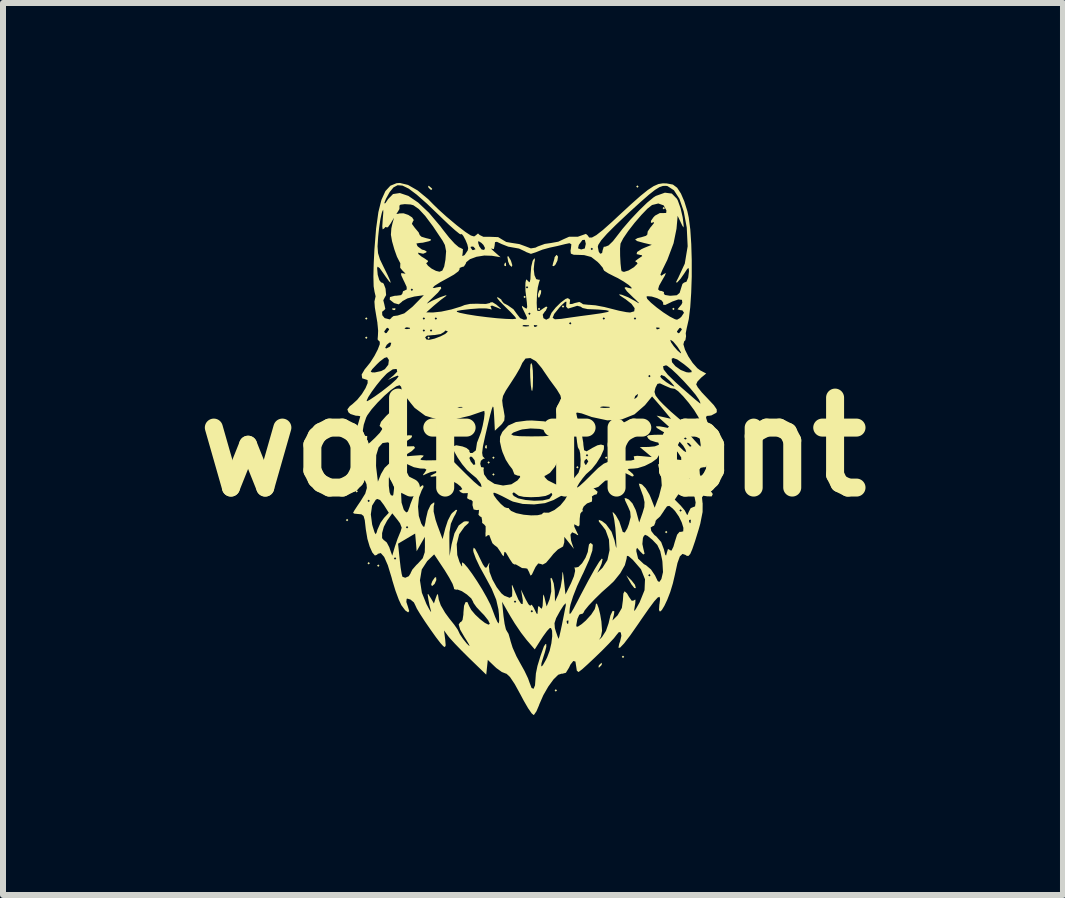
<source format=kicad_pcb>
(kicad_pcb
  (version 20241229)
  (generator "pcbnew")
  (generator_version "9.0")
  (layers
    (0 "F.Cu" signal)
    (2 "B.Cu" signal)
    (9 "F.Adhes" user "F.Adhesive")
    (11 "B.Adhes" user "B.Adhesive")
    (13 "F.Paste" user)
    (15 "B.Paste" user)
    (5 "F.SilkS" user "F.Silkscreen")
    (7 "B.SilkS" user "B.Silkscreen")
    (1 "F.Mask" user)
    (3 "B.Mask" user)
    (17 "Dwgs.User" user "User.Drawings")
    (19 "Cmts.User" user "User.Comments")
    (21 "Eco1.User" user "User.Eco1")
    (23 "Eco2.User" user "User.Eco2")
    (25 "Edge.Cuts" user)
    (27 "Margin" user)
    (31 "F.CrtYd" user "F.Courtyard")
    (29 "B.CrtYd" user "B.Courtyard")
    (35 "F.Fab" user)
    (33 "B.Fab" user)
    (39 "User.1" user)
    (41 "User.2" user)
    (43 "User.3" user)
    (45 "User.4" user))
  (footprint "wolf front"
    (layer "F.Cu")
    (at 5.836 4.4)
    (property "Reference" "wolf front" (at 0 0 0) (layer "F.SilkS") (effects (font (size 1.5 1.5) (thickness 0.3))))
    (attr board_only exclude_from_pos_files exclude_from_bom)
    (fp_poly (pts (xy -3.08 1.22) (xy -3.1 1.24) (xy -3.12 1.22) (xy -3.1 1.2)) (stroke (width 0) (type solid)) (fill yes) (layer "F.SilkS"))
    (fp_poly (pts (xy -2.92 0.74) (xy -2.94 0.76) (xy -2.96 0.74) (xy -2.94 0.72)) (stroke (width 0) (type solid)) (fill yes) (layer "F.SilkS"))
    (fp_poly (pts (xy -2.76 -2.14) (xy -2.78 -2.12) (xy -2.8 -2.14) (xy -2.78 -2.16)) (stroke (width 0) (type solid)) (fill yes) (layer "F.SilkS"))
    (fp_poly (pts (xy -2.76 -1.82) (xy -2.78 -1.8) (xy -2.8 -1.82) (xy -2.78 -1.84)) (stroke (width 0) (type solid)) (fill yes) (layer "F.SilkS"))
    (fp_poly (pts (xy -2.72 1.94) (xy -2.74 1.96) (xy -2.76 1.94) (xy -2.74 1.92)) (stroke (width 0) (type solid)) (fill yes) (layer "F.SilkS"))
    (fp_poly (pts (xy -2.56 1.98) (xy -2.58 2) (xy -2.6 1.98) (xy -2.58 1.96)) (stroke (width 0) (type solid)) (fill yes) (layer "F.SilkS"))
    (fp_poly (pts (xy -1.72 -1.82) (xy -1.74 -1.8) (xy -1.76 -1.82) (xy -1.74 -1.84)) (stroke (width 0) (type solid)) (fill yes) (layer "F.SilkS"))
    (fp_poly (pts (xy -0.72 0.26) (xy -0.74 0.28) (xy -0.76 0.26) (xy -0.74 0.24)) (stroke (width 0) (type solid)) (fill yes) (layer "F.SilkS"))
    (fp_poly (pts (xy -0.64 0.18) (xy -0.66 0.2) (xy -0.68 0.18) (xy -0.66 0.16)) (stroke (width 0) (type solid)) (fill yes) (layer "F.SilkS"))
    (fp_poly (pts (xy -0.64 0.46) (xy -0.66 0.48) (xy -0.68 0.46) (xy -0.66 0.44)) (stroke (width 0) (type solid)) (fill yes) (layer "F.SilkS"))
    (fp_poly (pts (xy -0.12 -2.5) (xy -0.14 -2.48) (xy -0.16 -2.5) (xy -0.14 -2.52)) (stroke (width 0) (type solid)) (fill yes) (layer "F.SilkS"))
    (fp_poly (pts (xy 0.12 -2.3) (xy 0.1 -2.28) (xy 0.08 -2.3) (xy 0.1 -2.32)) (stroke (width 0) (type solid)) (fill yes) (layer "F.SilkS"))
    (fp_poly (pts (xy 0.4 4.06) (xy 0.38 4.08) (xy 0.36 4.06) (xy 0.38 4.04)) (stroke (width 0) (type solid)) (fill yes) (layer "F.SilkS"))
    (fp_poly (pts (xy 0.52 -2.34) (xy 0.5 -2.32) (xy 0.48 -2.34) (xy 0.5 -2.36)) (stroke (width 0) (type solid)) (fill yes) (layer "F.SilkS"))
    (fp_poly (pts (xy 0.68 0.14) (xy 0.66 0.16) (xy 0.64 0.14) (xy 0.66 0.12)) (stroke (width 0) (type solid)) (fill yes) (layer "F.SilkS"))
    (fp_poly (pts (xy 0.68 0.26) (xy 0.66 0.28) (xy 0.64 0.26) (xy 0.66 0.24)) (stroke (width 0) (type solid)) (fill yes) (layer "F.SilkS"))
    (fp_poly (pts (xy 0.68 0.42) (xy 0.66 0.44) (xy 0.64 0.42) (xy 0.66 0.4)) (stroke (width 0) (type solid)) (fill yes) (layer "F.SilkS"))
    (fp_poly (pts (xy 0.76 0.34) (xy 0.74 0.36) (xy 0.72 0.34) (xy 0.74 0.32)) (stroke (width 0) (type solid)) (fill yes) (layer "F.SilkS"))
    (fp_poly (pts (xy 1.24 0.18) (xy 1.22 0.2) (xy 1.2 0.18) (xy 1.22 0.16)) (stroke (width 0) (type solid)) (fill yes) (layer "F.SilkS"))
    (fp_poly (pts (xy 1.52 0.5) (xy 1.5 0.52) (xy 1.48 0.5) (xy 1.5 0.48)) (stroke (width 0) (type solid)) (fill yes) (layer "F.SilkS"))
    (fp_poly (pts (xy 1.52 3.5) (xy 1.5 3.52) (xy 1.48 3.5) (xy 1.5 3.48)) (stroke (width 0) (type solid)) (fill yes) (layer "F.SilkS"))
    (fp_poly (pts (xy 1.76 -4.34) (xy 1.74 -4.32) (xy 1.72 -4.34) (xy 1.74 -4.36)) (stroke (width 0) (type solid)) (fill yes) (layer "F.SilkS"))
    (fp_poly (pts (xy 2.2 -3.98) (xy 2.18 -3.96) (xy 2.16 -3.98) (xy 2.18 -4)) (stroke (width 0) (type solid)) (fill yes) (layer "F.SilkS"))
    (fp_poly (pts (xy 2.24 1.42) (xy 2.22 1.44) (xy 2.2 1.42) (xy 2.22 1.4)) (stroke (width 0) (type solid)) (fill yes) (layer "F.SilkS"))
    (fp_poly (pts (xy 2.36 -2.3) (xy 2.34 -2.28) (xy 2.32 -2.3) (xy 2.34 -2.32)) (stroke (width 0) (type solid)) (fill yes) (layer "F.SilkS"))
    (fp_poly (pts (xy -2.293 -2.307) (xy -2.299 -2.283) (xy -2.32 -2.28) (xy -2.353 -2.295) (xy -2.347 -2.307) (xy -2.299 -2.311)) (stroke (width 0) (type solid)) (fill yes) (layer "F.SilkS"))
    (fp_poly (pts (xy -0.773 -0.027) (xy -0.769 0.021) (xy -0.773 0.027) (xy -0.797 0.021) (xy -0.8 0) (xy -0.785 -0.033)) (stroke (width 0) (type solid)) (fill yes) (layer "F.SilkS"))
    (fp_poly (pts (xy -0.453 -3.067) (xy -0.449 -3.019) (xy -0.453 -3.013) (xy -0.477 -3.019) (xy -0.48 -3.04) (xy -0.465 -3.073)) (stroke (width 0) (type solid)) (fill yes) (layer "F.SilkS"))
    (fp_poly (pts (xy 2.987 0.493) (xy 2.991 0.541) (xy 2.987 0.547) (xy 2.963 0.541) (xy 2.96 0.52) (xy 2.975 0.487)) (stroke (width 0) (type solid)) (fill yes) (layer "F.SilkS"))
    (fp_poly (pts (xy -1.726 -4.344) (xy -1.684 -4.307) (xy -1.68 -4.298) (xy -1.699 -4.281) (xy -1.739 -4.318) (xy -1.744 -4.326) (xy -1.749 -4.354)) (stroke (width 0) (type solid)) (fill yes) (layer "F.SilkS"))
    (fp_poly (pts (xy 0.137 -2.605) (xy 0.132 -2.56) (xy 0.105 -2.491) (xy 0.085 -2.492) (xy 0.08 -2.538) (xy 0.102 -2.604) (xy 0.116 -2.618)) (stroke (width 0) (type solid)) (fill yes) (layer "F.SilkS"))
    (fp_poly (pts (xy 1.423 -0.269) (xy 1.463 -0.231) (xy 1.511 -0.172) (xy 1.516 -0.143) (xy 1.484 -0.158) (xy 1.444 -0.212) (xy 1.41 -0.272)) (stroke (width 0) (type solid)) (fill yes) (layer "F.SilkS"))
    (fp_poly (pts (xy -1.612 2.22) (xy -1.641 2.285) (xy -1.683 2.32) (xy -1.686 2.32) (xy -1.698 2.291) (xy -1.678 2.237) (xy -1.638 2.179) (xy -1.616 2.171)) (stroke (width 0) (type solid)) (fill yes) (layer "F.SilkS"))
    (fp_poly (pts (xy -0.374 -3.115) (xy -0.367 -3.1) (xy -0.345 -3.028) (xy -0.356 -3) (xy -0.392 -3.034) (xy -0.414 -3.088) (xy -0.428 -3.171) (xy -0.413 -3.18)) (stroke (width 0) (type solid)) (fill yes) (layer "F.SilkS"))
    (fp_poly (pts (xy 1.147 3.626) (xy 1.14 3.64) (xy 1.102 3.678) (xy 1.095 3.68) (xy 1.093 3.654) (xy 1.1 3.64) (xy 1.138 3.602) (xy 1.145 3.6)) (stroke (width 0) (type solid)) (fill yes) (layer "F.SilkS"))
    (fp_poly (pts (xy 1.307 0.026) (xy 1.3 0.04) (xy 1.262 0.078) (xy 1.255 0.08) (xy 1.253 0.054) (xy 1.26 0.04) (xy 1.298 0.002) (xy 1.305 0)) (stroke (width 0) (type solid)) (fill yes) (layer "F.SilkS"))
    (fp_poly (pts (xy 1.427 0.026) (xy 1.42 0.04) (xy 1.382 0.078) (xy 1.375 0.08) (xy 1.373 0.054) (xy 1.38 0.04) (xy 1.418 0.002) (xy 1.425 0)) (stroke (width 0) (type solid)) (fill yes) (layer "F.SilkS"))
    (fp_poly (pts (xy 1.642 2.226) (xy 1.699 2.299) (xy 1.715 2.355) (xy 1.715 2.355) (xy 1.689 2.353) (xy 1.642 2.294) (xy 1.627 2.269) (xy 1.554 2.14)) (stroke (width 0) (type solid)) (fill yes) (layer "F.SilkS"))
    (fp_poly (pts (xy -1.463 -0.205) (xy -1.468 -0.16) (xy -1.464 -0.066) (xy -1.44 -0.02) (xy -1.406 0.032) (xy -1.426 0.032) (xy -1.472 -0.008) (xy -1.513 -0.085) (xy -1.514 -0.171) (xy -1.484 -0.218)) (stroke (width 0) (type solid)) (fill yes) (layer "F.SilkS"))
    (fp_poly (pts (xy 0.417 -3.171) (xy 0.407 -3.106) (xy 0.375 -3.04) (xy 0.348 -3.013) (xy 0.324 -3.017) (xy 0.333 -3.057) (xy 0.356 -3.135) (xy 0.36 -3.163) (xy 0.39 -3.199) (xy 0.396 -3.2)) (stroke (width 0) (type solid)) (fill yes) (layer "F.SilkS"))
    (fp_poly (pts (xy -0.014 -1.364) (xy -0.003 -1.269) (xy 0 -1.16) (xy -0.003 -1.007) (xy -0.012 -0.935) (xy -0.024 -0.941) (xy -0.037 -1.028) (xy -0.046 -1.16) (xy -0.049 -1.286) (xy -0.042 -1.373) (xy -0.03 -1.4)) (stroke (width 0) (type solid)) (fill yes) (layer "F.SilkS"))
    (fp_poly (pts (xy -2.084 -4.367) (xy -1.922 -4.274) (xy -1.747 -4.129) (xy -1.66 -4.04) (xy -1.571 -3.954) (xy -1.444 -3.839) (xy -1.301 -3.719) (xy -1.266 -3.69) (xy -1.127 -3.583) (xy -1.036 -3.524) (xy -0.982 -3.508) (xy -0.956 -3.525) (xy -0.917 -3.558) (xy -0.889 -3.532) (xy -0.827 -3.502) (xy -0.715 -3.502) (xy -0.714 -3.502) (xy -0.581 -3.497) (xy -0.52 -3.46) (xy -0.446 -3.416) (xy -0.353 -3.4) (xy -0.228 -3.381) (xy -0.127 -3.344) (xy -0.036 -3.309) (xy 0.042 -3.322) (xy 0.081 -3.342) (xy 0.197 -3.384) (xy 0.301 -3.399) (xy 0.422 -3.421) (xy 0.513 -3.464) (xy 0.601 -3.503) (xy 0.665 -3.504) (xy 0.746 -3.503) (xy 0.811 -3.526) (xy 0.882 -3.551) (xy 0.911 -3.526) (xy 0.936 -3.49) (xy 0.982 -3.49) (xy 1.055 -3.53) (xy 1.164 -3.615) (xy 1.317 -3.751) (xy 1.424 -3.851) (xy 1.631 -4.042) (xy 1.791 -4.184) (xy 1.914 -4.283) (xy 2.011 -4.347) (xy 2.091 -4.382) (xy 2.165 -4.394) (xy 2.229 -4.392) (xy 2.332 -4.373) (xy 2.403 -4.32) (xy 2.466 -4.223) (xy 2.522 -4.093) (xy 2.573 -3.929) (xy 2.596 -3.823) (xy 2.622 -3.624) (xy 2.638 -3.381) (xy 2.646 -3.113) (xy 2.646 -2.837) (xy 2.637 -2.57) (xy 2.621 -2.329) (xy 2.597 -2.131) (xy 2.566 -1.995) (xy 2.564 -1.987) (xy 2.546 -1.895) (xy 2.551 -1.845) (xy 2.54 -1.779) (xy 2.52 -1.76) (xy 2.507 -1.71) (xy 2.534 -1.619) (xy 2.589 -1.509) (xy 2.661 -1.4) (xy 2.739 -1.312) (xy 2.787 -1.276) (xy 2.887 -1.223) (xy 2.804 -1.155) (xy 2.741 -1.089) (xy 2.72 -1.042) (xy 2.747 -0.992) (xy 2.816 -0.906) (xy 2.912 -0.805) (xy 3.014 -0.696) (xy 3.062 -0.626) (xy 3.064 -0.581) (xy 3.053 -0.567) (xy 2.974 -0.525) (xy 2.942 -0.52) (xy 2.895 -0.516) (xy 2.884 -0.488) (xy 2.907 -0.415) (xy 2.923 -0.373) (xy 2.952 -0.254) (xy 2.963 -0.111) (xy 2.959 0.037) (xy 2.942 0.174) (xy 2.913 0.28) (xy 2.875 0.339) (xy 2.84 0.34) (xy 2.794 0.349) (xy 2.775 0.378) (xy 2.781 0.456) (xy 2.832 0.564) (xy 2.915 0.678) (xy 2.947 0.713) (xy 2.997 0.786) (xy 2.979 0.826) (xy 2.902 0.824) (xy 2.839 0.814) (xy 2.817 0.842) (xy 2.825 0.926) (xy 2.828 0.941) (xy 2.827 1.085) (xy 2.788 1.282) (xy 2.763 1.371) (xy 2.701 1.572) (xy 2.655 1.706) (xy 2.621 1.785) (xy 2.591 1.818) (xy 2.562 1.816) (xy 2.542 1.801) (xy 2.492 1.784) (xy 2.448 1.826) (xy 2.408 1.936) (xy 2.368 2.118) (xy 2.365 2.132) (xy 2.331 2.277) (xy 2.288 2.419) (xy 2.239 2.546) (xy 2.19 2.65) (xy 2.147 2.721) (xy 2.116 2.747) (xy 2.1 2.72) (xy 2.106 2.629) (xy 2.109 2.615) (xy 2.118 2.535) (xy 2.109 2.499) (xy 2.079 2.511) (xy 2.021 2.575) (xy 1.931 2.696) (xy 1.804 2.878) (xy 1.762 2.94) (xy 1.621 3.142) (xy 1.517 3.278) (xy 1.451 3.347) (xy 1.424 3.349) (xy 1.437 3.282) (xy 1.452 3.242) (xy 1.473 3.15) (xy 1.463 3.093) (xy 1.432 3.087) (xy 1.393 3.133) (xy 1.349 3.19) (xy 1.263 3.282) (xy 1.152 3.395) (xy 1.03 3.513) (xy 0.914 3.622) (xy 0.82 3.707) (xy 0.762 3.751) (xy 0.757 3.753) (xy 0.73 3.73) (xy 0.72 3.663) (xy 0.707 3.579) (xy 0.672 3.569) (xy 0.624 3.63) (xy 0.6 3.681) (xy 0.548 3.766) (xy 0.488 3.782) (xy 0.48 3.78) (xy 0.42 3.799) (xy 0.341 3.877) (xy 0.255 3.995) (xy 0.172 4.139) (xy 0.105 4.292) (xy 0.099 4.31) (xy 0.057 4.408) (xy 0.018 4.465) (xy 0.01 4.47) (xy -0.023 4.442) (xy -0.082 4.357) (xy -0.156 4.229) (xy -0.208 4.131) (xy -0.305 3.954) (xy -0.385 3.835) (xy -0.442 3.782) (xy -0.451 3.78) (xy -0.52 3.753) (xy -0.61 3.688) (xy -0.635 3.665) (xy -0.754 3.551) (xy -0.767 3.674) (xy -0.78 3.797) (xy -1.06 3.526) (xy -1.19 3.397) (xy -1.305 3.278) (xy -1.388 3.187) (xy -1.412 3.158) (xy -1.484 3.06) (xy -1.464 3.213) (xy -1.456 3.309) (xy -1.469 3.338) (xy -1.496 3.323) (xy -1.544 3.27) (xy -1.619 3.172) (xy -1.708 3.047) (xy -1.799 2.915) (xy -1.879 2.792) (xy -1.937 2.696) (xy -1.96 2.646) (xy -1.96 2.646) (xy -1.986 2.593) (xy -2.043 2.545) (xy -2.096 2.529) (xy -2.107 2.534) (xy -2.112 2.585) (xy -2.087 2.66) (xy -2.064 2.737) (xy -2.082 2.759) (xy -2.129 2.727) (xy -2.192 2.643) (xy -2.195 2.639) (xy -2.239 2.544) (xy -2.293 2.398) (xy -2.345 2.228) (xy -2.346 2.224) (xy -1.885 2.224) (xy -1.853 2.431) (xy -1.777 2.62) (xy -1.727 2.713) (xy -1.7 2.754) (xy -1.7 2.74) (xy -1.726 2.64) (xy -1.745 2.54) (xy -1.757 2.459) (xy -1.748 2.452) (xy -1.709 2.514) (xy -1.708 2.515) (xy -1.652 2.61) (xy -1.62 2.515) (xy -1.597 2.455) (xy -1.584 2.464) (xy -1.572 2.543) (xy -1.538 2.641) (xy -1.466 2.765) (xy -1.398 2.858) (xy -1.315 2.962) (xy -1.258 3.043) (xy -1.24 3.079) (xy -1.218 3.126) (xy -1.167 3.201) (xy -1.109 3.274) (xy -1.065 3.317) (xy -1.058 3.32) (xy -1.069 3.291) (xy -1.113 3.217) (xy -1.141 3.174) (xy -1.214 3.048) (xy -1.239 2.961) (xy -1.212 2.921) (xy -1.2 2.92) (xy -1.175 2.885) (xy -1.161 2.796) (xy -1.16 2.762) (xy -1.15 2.649) (xy -1.125 2.588) (xy -1.094 2.587) (xy -1.065 2.653) (xy -1.03 2.718) (xy -0.964 2.796) (xy -0.882 2.873) (xy -0.803 2.934) (xy -0.743 2.964) (xy -0.72 2.95) (xy -0.747 2.892) (xy -0.815 2.806) (xy -0.86 2.76) (xy -0.942 2.672) (xy -0.992 2.602) (xy -1 2.58) (xy -1.03 2.526) (xy -1.102 2.461) (xy -1.187 2.405) (xy -1.259 2.378) (xy -1.281 2.381) (xy -1.315 2.371) (xy -1.32 2.345) (xy -1.341 2.284) (xy -1.397 2.18) (xy -1.475 2.052) (xy -1.484 2.039) (xy -1.648 1.792) (xy -1.764 1.904) (xy -1.855 2.044) (xy -1.885 2.224) (xy -2.346 2.224) (xy -2.357 2.181) (xy -2.421 1.972) (xy -2.47 1.86) (xy -2.32 1.86) (xy -2.3 1.88) (xy -2.28 1.86) (xy -2.3 1.84) (xy -2.32 1.86) (xy -2.47 1.86) (xy -2.482 1.834) (xy -2.538 1.77) (xy -2.588 1.783) (xy -2.599 1.798) (xy -2.636 1.811) (xy -2.679 1.761) (xy -2.723 1.662) (xy -2.762 1.53) (xy -2.763 1.521) (xy -2.516 1.521) (xy -2.484 1.559) (xy -2.478 1.56) (xy -2.438 1.594) (xy -2.395 1.676) (xy -2.392 1.687) (xy -2.347 1.814) (xy -2.301 1.657) (xy -2.286 1.614) (xy -2.25 1.614) (xy -2.223 1.874) (xy -2.207 2.012) (xy -2.19 2.117) (xy -2.177 2.165) (xy -2.13 2.182) (xy -2.071 2.156) (xy -2.04 2.106) (xy -2.04 2.102) (xy -2.012 2.046) (xy -1.944 1.968) (xy -1.92 1.946) (xy -1.838 1.856) (xy -1.805 1.756) (xy -1.802 1.67) (xy -1.803 1.5) (xy -1.872 1.62) (xy -1.94 1.74) (xy -1.952 1.593) (xy -1.965 1.445) (xy -2.107 1.529) (xy -2.25 1.614) (xy -2.286 1.614) (xy -2.259 1.534) (xy -2.217 1.431) (xy -2.21 1.417) (xy -2.189 1.347) (xy -2.192 1.34) (xy -2.12 1.34) (xy -2.1 1.36) (xy -2.08 1.34) (xy -2.1 1.32) (xy -2.12 1.34) (xy -2.192 1.34) (xy -2.217 1.274) (xy -2.256 1.221) (xy -2.346 1.108) (xy -2.433 1.23) (xy -2.487 1.332) (xy -2.516 1.437) (xy -2.516 1.521) (xy -2.763 1.521) (xy -2.787 1.379) (xy -2.79 1.354) (xy -2.805 1.222) (xy -2.825 1.152) (xy -2.86 1.125) (xy -2.704 1.125) (xy -2.682 1.294) (xy -2.674 1.323) (xy -2.642 1.425) (xy -2.623 1.457) (xy -2.607 1.427) (xy -2.594 1.381) (xy -2.542 1.265) (xy -2.484 1.184) (xy -2.404 1.099) (xy -2.487 0.968) (xy -2.549 0.886) (xy -2.597 0.868) (xy -2.622 0.882) (xy -2.683 0.98) (xy -2.704 1.125) (xy -2.86 1.125) (xy -2.861 1.124) (xy -2.906 1.12) (xy -2.978 1.113) (xy -3 1.101) (xy -2.979 1.061) (xy -2.924 0.977) (xy -2.875 0.905) (xy -2.872 0.9) (xy -2.76 0.9) (xy -2.74 0.92) (xy -2.72 0.9) (xy -2.74 0.88) (xy -2.76 0.9) (xy -2.872 0.9) (xy -2.797 0.779) (xy -2.77 0.685) (xy -2.776 0.622) (xy -2.806 0.553) (xy -2.839 0.54) (xy -2.872 0.52) (xy -2.907 0.431) (xy -2.936 0.314) (xy -2.617 0.314) (xy -2.614 0.349) (xy -2.586 0.58) (xy -2.534 0.452) (xy -2.474 0.35) (xy -2.403 0.282) (xy -2.401 0.28) (xy -2.335 0.262) (xy -2.324 0.293) (xy -2.363 0.347) (xy -2.39 0.414) (xy -2.404 0.526) (xy -2.404 0.651) (xy -2.391 0.757) (xy -2.37 0.806) (xy -2.335 0.813) (xy -2.328 0.791) (xy -2.319 0.713) (xy -2.311 0.64) (xy -2.292 0.58) (xy -2.28 0.58) (xy -2.26 0.6) (xy -2.24 0.58) (xy -2.26 0.56) (xy -2.28 0.58) (xy -2.292 0.58) (xy -2.287 0.565) (xy -2.253 0.54) (xy -2.185 0.517) (xy -2.177 0.51) (xy -2.121 0.477) (xy -2.103 0.502) (xy -2.134 0.553) (xy -2.179 0.649) (xy -2.199 0.786) (xy -2.192 0.928) (xy -2.157 1.041) (xy -2.148 1.056) (xy -2.113 1.093) (xy -2.087 1.078) (xy -2.058 1.001) (xy -2.044 0.954) (xy -1.986 0.806) (xy -1.917 0.696) (xy -1.848 0.642) (xy -1.832 0.64) (xy -1.825 0.667) (xy -1.858 0.729) (xy -1.901 0.842) (xy -1.917 0.995) (xy -1.904 1.152) (xy -1.864 1.276) (xy -1.831 1.329) (xy -1.811 1.33) (xy -1.796 1.267) (xy -1.783 1.189) (xy -1.754 1.067) (xy -1.71 0.974) (xy -1.692 0.954) (xy -1.647 0.923) (xy -1.646 0.955) (xy -1.655 0.986) (xy -1.657 1.077) (xy -1.625 1.215) (xy -1.595 1.304) (xy -1.508 1.537) (xy -1.461 1.353) (xy -1.42 1.228) (xy -1.369 1.129) (xy -1.35 1.104) (xy -1.284 1.048) (xy -1.264 1.054) (xy -1.292 1.121) (xy -1.32 1.17) (xy -1.37 1.282) (xy -1.393 1.423) (xy -1.395 1.56) (xy -1.391 1.82) (xy -1.358 1.627) (xy -1.31 1.441) (xy -1.239 1.31) (xy -1.152 1.245) (xy -1.117 1.24) (xy -1.069 1.245) (xy -1.075 1.27) (xy -1.14 1.329) (xy -1.142 1.331) (xy -1.231 1.456) (xy -1.272 1.622) (xy -1.263 1.802) (xy -1.225 1.92) (xy -1.189 1.99) (xy -1.18 1.988) (xy -1.185 1.96) (xy -1.183 1.924) (xy -1.149 1.946) (xy -1.09 2.014) (xy -1.015 2.116) (xy -0.932 2.24) (xy -0.848 2.375) (xy -0.772 2.509) (xy -0.71 2.63) (xy -0.677 2.713) (xy -0.631 2.836) (xy -0.593 2.92) (xy -0.571 2.945) (xy -0.571 2.944) (xy -0.564 2.896) (xy -0.568 2.795) (xy -0.577 2.708) (xy -0.606 2.582) (xy -0.516 2.582) (xy -0.492 2.821) (xy -0.474 2.95) (xy -0.452 3.042) (xy -0.435 3.073) (xy -0.408 3.117) (xy -0.381 3.21) (xy -0.376 3.233) (xy -0.34 3.348) (xy -0.276 3.492) (xy -0.217 3.6) (xy -0.142 3.735) (xy -0.083 3.859) (xy -0.058 3.93) (xy -0.024 4.019) (xy 0.009 4.033) (xy 0.033 3.975) (xy 0.04 3.885) (xy 0.048 3.777) (xy 0.074 3.651) (xy 0.124 3.487) (xy 0.182 3.324) (xy 0.21 3.285) (xy 0.221 3.288) (xy 0.221 3.334) (xy 0.197 3.427) (xy 0.18 3.48) (xy 0.141 3.606) (xy 0.136 3.661) (xy 0.162 3.643) (xy 0.215 3.55) (xy 0.235 3.509) (xy 0.277 3.399) (xy 0.306 3.274) (xy 0.32 3.156) (xy 0.318 3.065) (xy 0.299 3.019) (xy 0.278 3.021) (xy 0.234 3.068) (xy 0.168 3.158) (xy 0.133 3.211) (xy 0.029 3.376) (xy -0.107 3.218) (xy -0.201 3.096) (xy -0.306 2.941) (xy -0.307 2.939) (xy 0.358 2.939) (xy 0.364 3.019) (xy 0.377 3.065) (xy 0.407 3.154) (xy 0.426 3.199) (xy 0.427 3.2) (xy 0.438 3.164) (xy 0.459 3.072) (xy 0.476 2.993) (xy 0.721 2.993) (xy 0.746 2.998) (xy 0.811 2.955) (xy 0.88 2.895) (xy 0.97 2.796) (xy 1.029 2.705) (xy 1.041 2.662) (xy 1.05 2.609) (xy 1.069 2.622) (xy 1.094 2.688) (xy 1.12 2.794) (xy 1.14 2.912) (xy 1.151 3.065) (xy 1.133 3.162) (xy 1.114 3.194) (xy 1.101 3.217) (xy 1.135 3.185) (xy 1.15 3.17) (xy 1.216 3.067) (xy 1.261 2.937) (xy 1.265 2.917) (xy 1.291 2.81) (xy 1.323 2.741) (xy 1.332 2.733) (xy 1.356 2.742) (xy 1.348 2.801) (xy 1.324 2.894) (xy 1.41 2.808) (xy 1.481 2.685) (xy 1.498 2.561) (xy 1.506 2.445) (xy 1.527 2.407) (xy 1.567 2.443) (xy 1.6 2.501) (xy 1.646 2.566) (xy 1.683 2.56) (xy 1.69 2.551) (xy 1.708 2.547) (xy 1.704 2.613) (xy 1.699 2.64) (xy 1.687 2.717) (xy 1.691 2.737) (xy 1.719 2.695) (xy 1.777 2.592) (xy 1.859 2.389) (xy 1.867 2.208) (xy 1.84 2.14) (xy 1.92 2.14) (xy 1.94 2.16) (xy 1.96 2.14) (xy 1.94 2.12) (xy 1.92 2.14) (xy 1.84 2.14) (xy 1.799 2.039) (xy 1.664 1.883) (xy 1.595 1.823) (xy 1.566 1.816) (xy 1.56 1.86) (xy 1.56 1.863) (xy 1.531 1.972) (xy 1.455 2.106) (xy 1.348 2.239) (xy 1.269 2.314) (xy 1.148 2.421) (xy 1.03 2.536) (xy 0.929 2.643) (xy 0.861 2.726) (xy 0.84 2.767) (xy 0.816 2.788) (xy 0.805 2.783) (xy 0.771 2.799) (xy 0.74 2.868) (xy 0.722 2.965) (xy 0.721 2.993) (xy 0.476 2.993) (xy 0.481 2.97) (xy 0.491 2.92) (xy 0.56 2.92) (xy 0.575 2.953) (xy 0.587 2.947) (xy 0.591 2.899) (xy 0.587 2.893) (xy 0.563 2.899) (xy 0.56 2.92) (xy 0.491 2.92) (xy 0.51 2.825) (xy 0.535 2.698) (xy 0.547 2.64) (xy 0.544 2.606) (xy 0.509 2.644) (xy 0.451 2.735) (xy 0.385 2.855) (xy 0.358 2.939) (xy -0.307 2.939) (xy -0.379 2.821) (xy -0.426 2.74) (xy -0.04 2.74) (xy -0.02 2.76) (xy 0 2.74) (xy -0.02 2.72) (xy -0.04 2.74) (xy -0.426 2.74) (xy -0.516 2.582) (xy -0.606 2.582) (xy -0.606 2.58) (xy -0.32 2.58) (xy -0.3 2.6) (xy -0.28 2.58) (xy -0.3 2.56) (xy -0.32 2.58) (xy -0.606 2.58) (xy -0.614 2.547) (xy -0.689 2.365) (xy -0.802 2.156) (xy -0.888 2) (xy -0.954 1.86) (xy -0.992 1.755) (xy -0.998 1.72) (xy -0.99 1.68) (xy -0.965 1.7) (xy -0.919 1.786) (xy -0.894 1.84) (xy -0.836 1.958) (xy -0.799 2.012) (xy -0.774 2.011) (xy -0.755 1.98) (xy -0.729 1.928) (xy -0.728 1.95) (xy -0.736 1.991) (xy -0.725 2.085) (xy -0.677 2.211) (xy -0.606 2.339) (xy -0.527 2.442) (xy -0.479 2.481) (xy -0.39 2.516) (xy -0.349 2.492) (xy -0.346 2.4) (xy -0.347 2.39) (xy -0.354 2.313) (xy -0.348 2.301) (xy -0.323 2.359) (xy -0.299 2.419) (xy -0.244 2.546) (xy -0.2 2.615) (xy -0.173 2.621) (xy -0.17 2.56) (xy -0.176 2.52) (xy -0.2 2.38) (xy -0.123 2.54) (xy -0.077 2.622) (xy -0.046 2.651) (xy -0.04 2.64) (xy -0.022 2.63) (xy 0.013 2.683) (xy 0.021 2.7) (xy 0.059 2.778) (xy 0.074 2.786) (xy 0.079 2.729) (xy 0.079 2.72) (xy 0.086 2.656) (xy 0.109 2.664) (xy 0.12 2.68) (xy 0.146 2.699) (xy 0.16 2.651) (xy 0.164 2.58) (xy 0.168 2.483) (xy 0.176 2.46) (xy 0.19 2.506) (xy 0.198 2.54) (xy 0.227 2.66) (xy 0.276 2.54) (xy 0.304 2.412) (xy 0.301 2.28) (xy 0.291 2.195) (xy 0.303 2.182) (xy 0.318 2.2) (xy 0.345 2.277) (xy 0.361 2.393) (xy 0.363 2.42) (xy 0.366 2.58) (xy 0.421 2.46) (xy 0.461 2.337) (xy 0.484 2.196) (xy 0.485 2.18) (xy 0.49 2.098) (xy 0.496 2.083) (xy 0.506 2.14) (xy 0.517 2.24) (xy 0.541 2.46) (xy 0.634 2.272) (xy 0.682 2.157) (xy 0.702 2.067) (xy 0.697 2.036) (xy 0.691 2.006) (xy 0.707 2.012) (xy 0.756 2.002) (xy 0.818 1.94) (xy 0.875 1.848) (xy 0.913 1.751) (xy 0.92 1.702) (xy 0.933 1.626) (xy 0.96 1.6) (xy 0.997 1.632) (xy 0.989 1.728) (xy 0.936 1.884) (xy 0.839 2.1) (xy 0.817 2.144) (xy 0.735 2.32) (xy 0.668 2.491) (xy 0.624 2.631) (xy 0.613 2.686) (xy 0.607 2.758) (xy 0.611 2.788) (xy 0.632 2.77) (xy 0.676 2.696) (xy 0.748 2.56) (xy 0.789 2.48) (xy 0.923 2.227) (xy 1.028 2.038) (xy 1.103 1.916) (xy 1.147 1.862) (xy 1.16 1.873) (xy 1.143 1.948) (xy 1.115 2.013) (xy 1.071 2.1) (xy 1.158 2.016) (xy 1.24 1.887) (xy 1.272 1.74) (xy 1.722 1.74) (xy 1.752 1.863) (xy 1.849 1.955) (xy 1.885 1.974) (xy 1.966 2.043) (xy 2.035 2.145) (xy 2.038 2.152) (xy 2.078 2.235) (xy 2.104 2.253) (xy 2.134 2.212) (xy 2.141 2.198) (xy 2.167 2.087) (xy 2.157 1.914) (xy 2.153 1.886) (xy 2.121 1.737) (xy 2.072 1.635) (xy 1.991 1.55) (xy 1.909 1.483) (xy 1.867 1.465) (xy 1.843 1.493) (xy 1.832 1.52) (xy 1.823 1.619) (xy 1.84 1.7) (xy 1.86 1.781) (xy 1.838 1.794) (xy 1.781 1.738) (xy 1.776 1.73) (xy 1.735 1.683) (xy 1.723 1.706) (xy 1.722 1.74) (xy 1.272 1.74) (xy 1.276 1.721) (xy 1.266 1.545) (xy 1.21 1.388) (xy 1.156 1.316) (xy 1.097 1.244) (xy 1.097 1.216) (xy 1.148 1.236) (xy 1.216 1.288) (xy 1.309 1.415) (xy 1.359 1.56) (xy 1.379 1.656) (xy 1.389 1.687) (xy 1.39 1.649) (xy 1.385 1.536) (xy 1.383 1.5) (xy 1.372 1.351) (xy 1.355 1.221) (xy 1.343 1.16) (xy 1.325 1.091) (xy 1.34 1.094) (xy 1.38 1.14) (xy 1.438 1.242) (xy 1.467 1.33) (xy 1.496 1.418) (xy 1.53 1.428) (xy 1.571 1.36) (xy 1.577 1.344) (xy 1.961 1.344) (xy 1.971 1.402) (xy 2.022 1.468) (xy 2.055 1.493) (xy 2.136 1.586) (xy 2.182 1.708) (xy 2.204 1.797) (xy 2.218 1.813) (xy 2.231 1.764) (xy 2.25 1.702) (xy 2.276 1.715) (xy 2.281 1.722) (xy 2.309 1.729) (xy 2.341 1.663) (xy 2.363 1.586) (xy 2.402 1.464) (xy 2.443 1.416) (xy 2.466 1.417) (xy 2.504 1.408) (xy 2.507 1.35) (xy 2.48 1.262) (xy 2.47 1.24) (xy 2.6 1.24) (xy 2.615 1.273) (xy 2.627 1.267) (xy 2.631 1.219) (xy 2.627 1.213) (xy 2.603 1.219) (xy 2.6 1.24) (xy 2.47 1.24) (xy 2.432 1.162) (xy 2.367 1.068) (xy 2.359 1.06) (xy 2.44 1.06) (xy 2.46 1.08) (xy 2.48 1.06) (xy 2.46 1.04) (xy 2.44 1.06) (xy 2.359 1.06) (xy 2.328 1.027) (xy 2.272 0.983) (xy 2.234 0.991) (xy 2.187 1.057) (xy 2.175 1.077) (xy 2.119 1.159) (xy 2.076 1.199) (xy 2.071 1.2) (xy 2.044 1.233) (xy 2.04 1.26) (xy 2.018 1.313) (xy 2 1.32) (xy 1.961 1.344) (xy 1.577 1.344) (xy 1.599 1.284) (xy 1.628 1.169) (xy 1.62 1.08) (xy 1.585 0.998) (xy 1.537 0.897) (xy 1.526 0.854) (xy 1.556 0.858) (xy 1.599 0.879) (xy 1.658 0.943) (xy 1.711 1.05) (xy 1.724 1.091) (xy 1.77 1.26) (xy 1.826 1.101) (xy 1.855 1.004) (xy 1.859 0.921) (xy 1.837 0.823) (xy 1.785 0.682) (xy 1.778 0.664) (xy 1.764 0.612) (xy 1.8 0.619) (xy 1.821 0.63) (xy 1.879 0.691) (xy 1.941 0.796) (xy 1.961 0.842) (xy 2.028 1.014) (xy 2.079 0.879) (xy 2.363 0.879) (xy 2.461 0.978) (xy 2.529 1.059) (xy 2.563 1.124) (xy 2.564 1.128) (xy 2.575 1.136) (xy 2.594 1.088) (xy 2.628 1.022) (xy 2.66 1.008) (xy 2.701 0.992) (xy 2.711 0.927) (xy 2.693 0.836) (xy 2.649 0.741) (xy 2.637 0.724) (xy 2.549 0.605) (xy 2.456 0.742) (xy 2.363 0.879) (xy 2.079 0.879) (xy 2.099 0.828) (xy 2.146 0.643) (xy 2.134 0.466) (xy 2.095 0.34) (xy 2.085 0.288) (xy 2.108 0.291) (xy 2.152 0.335) (xy 2.206 0.41) (xy 2.258 0.503) (xy 2.261 0.508) (xy 2.308 0.596) (xy 2.339 0.618) (xy 2.368 0.585) (xy 2.368 0.584) (xy 2.377 0.545) (xy 2.6 0.545) (xy 2.623 0.609) (xy 2.627 0.613) (xy 2.67 0.623) (xy 2.674 0.619) (xy 2.668 0.578) (xy 2.647 0.551) (xy 2.607 0.529) (xy 2.6 0.545) (xy 2.377 0.545) (xy 2.386 0.503) (xy 2.383 0.385) (xy 2.379 0.352) (xy 2.365 0.25) (xy 2.375 0.209) (xy 2.412 0.212) (xy 2.415 0.213) (xy 2.471 0.219) (xy 2.47 0.176) (xy 2.414 0.091) (xy 2.362 0.031) (xy 2.246 -0.097) (xy 2.365 -0.097) (xy 2.412 -0.031) (xy 2.433 -0.009) (xy 2.516 0.069) (xy 2.554 0.088) (xy 2.543 0.046) (xy 2.504 -0.019) (xy 2.46 -0.069) (xy 2.566 -0.069) (xy 2.576 -0.046) (xy 2.616 -0.003) (xy 2.64 -0.012) (xy 2.64 -0.018) (xy 2.612 -0.051) (xy 2.594 -0.064) (xy 2.566 -0.069) (xy 2.46 -0.069) (xy 2.44 -0.091) (xy 2.382 -0.12) (xy 2.365 -0.097) (xy 2.246 -0.097) (xy 2.244 -0.1) (xy 2.172 0) (xy 2.121 0.083) (xy 2.1 0.138) (xy 2.065 0.196) (xy 1.978 0.259) (xy 1.863 0.317) (xy 1.745 0.354) (xy 1.684 0.361) (xy 1.596 0.366) (xy 1.579 0.381) (xy 1.61 0.403) (xy 1.668 0.454) (xy 1.68 0.484) (xy 1.653 0.494) (xy 1.591 0.462) (xy 1.493 0.415) (xy 1.421 0.401) (xy 1.368 0.407) (xy 1.389 0.432) (xy 1.4 0.44) (xy 1.434 0.47) (xy 1.395 0.48) (xy 1.38 0.48) (xy 1.327 0.487) (xy 1.347 0.515) (xy 1.36 0.524) (xy 1.388 0.552) (xy 1.349 0.554) (xy 1.314 0.549) (xy 1.204 0.563) (xy 1.155 0.606) (xy 1.088 0.667) (xy 1.041 0.683) (xy 1.007 0.693) (xy 1.03 0.706) (xy 1.077 0.749) (xy 1.062 0.79) (xy 1.021 0.8) (xy 0.981 0.827) (xy 0.986 0.86) (xy 0.982 0.911) (xy 0.961 0.92) (xy 0.9 0.943) (xy 0.845 0.993) (xy 0.823 1.042) (xy 0.829 1.055) (xy 0.825 1.079) (xy 0.813 1.08) (xy 0.788 1.115) (xy 0.778 1.201) (xy 0.778 1.218) (xy 0.775 1.306) (xy 0.754 1.327) (xy 0.731 1.313) (xy 0.687 1.29) (xy 0.688 1.33) (xy 0.727 1.413) (xy 0.755 1.471) (xy 0.738 1.47) (xy 0.71 1.448) (xy 0.652 1.424) (xy 0.624 1.464) (xy 0.633 1.555) (xy 0.646 1.6) (xy 0.681 1.7) (xy 0.602 1.6) (xy 0.522 1.5) (xy 0.521 1.59) (xy 0.501 1.66) (xy 0.468 1.68) (xy 0.415 1.71) (xy 0.339 1.785) (xy 0.298 1.837) (xy 0.217 1.932) (xy 0.16 1.963) (xy 0.13 1.952) (xy 0.087 1.943) (xy 0.043 2) (xy 0.021 2.045) (xy -0.019 2.129) (xy -0.041 2.146) (xy -0.06 2.103) (xy -0.064 2.09) (xy -0.096 2.03) (xy -0.126 2.024) (xy -0.183 2.02) (xy -0.228 1.993) (xy -0.287 1.959) (xy -0.311 1.96) (xy -0.34 1.942) (xy -0.388 1.871) (xy -0.405 1.841) (xy -0.453 1.761) (xy -0.477 1.75) (xy -0.482 1.781) (xy -0.488 1.824) (xy -0.512 1.803) (xy -0.543 1.75) (xy -0.596 1.673) (xy -0.64 1.64) (xy -0.641 1.64) (xy -0.677 1.606) (xy -0.705 1.536) (xy -0.73 1.469) (xy -0.759 1.475) (xy -0.768 1.486) (xy -0.791 1.499) (xy -0.793 1.438) (xy -0.79 1.412) (xy -0.79 1.323) (xy -0.816 1.292) (xy -0.817 1.292) (xy -0.848 1.267) (xy -0.848 1.23) (xy -0.859 1.171) (xy -0.883 1.16) (xy -0.91 1.131) (xy -0.904 1.096) (xy -0.901 1.05) (xy -0.94 1.054) (xy -0.99 1.043) (xy -1.01 0.97) (xy -1.005 0.91) (xy -1.032 0.883) (xy -1.059 0.88) (xy -1.099 0.855) (xy -1.092 0.813) (xy -1.087 0.769) (xy -1.105 0.771) (xy -1.168 0.773) (xy -1.178 0.768) (xy -0.662 0.768) (xy -0.653 0.808) (xy -0.604 0.876) (xy -0.538 0.95) (xy -0.474 1.005) (xy -0.437 1.018) (xy -0.402 1.021) (xy -0.4 1.032) (xy -0.366 1.067) (xy -0.282 1.104) (xy -0.27 1.107) (xy -0.156 1.131) (xy -0.032 1.142) (xy 0.078 1.139) (xy 0.147 1.123) (xy 0.16 1.108) (xy 0.184 1.092) (xy 0.195 1.097) (xy 0.263 1.097) (xy 0.358 1.052) (xy 0.455 0.976) (xy 0.53 0.885) (xy 0.532 0.882) (xy 0.577 0.803) (xy 0.58 0.775) (xy 0.542 0.784) (xy 0.532 0.788) (xy 0.448 0.827) (xy 0.344 0.885) (xy 0.34 0.887) (xy 0.2 0.938) (xy 0.019 0.959) (xy -0.171 0.951) (xy -0.335 0.912) (xy -0.374 0.894) (xy -0.513 0.822) (xy -0.597 0.782) (xy -0.345 0.782) (xy -0.322 0.818) (xy -0.249 0.858) (xy -0.126 0.885) (xy 0.02 0.898) (xy 0.159 0.893) (xy 0.262 0.87) (xy 0.277 0.862) (xy 0.318 0.805) (xy 0.32 0.79) (xy 0.305 0.766) (xy 0.272 0.792) (xy 0.208 0.818) (xy 0.097 0.834) (xy -0.033 0.839) (xy -0.154 0.833) (xy -0.239 0.815) (xy -0.26 0.8) (xy -0.315 0.761) (xy -0.327 0.76) (xy -0.345 0.782) (xy -0.597 0.782) (xy -0.597 0.782) (xy -0.641 0.765) (xy -0.66 0.767) (xy -0.662 0.768) (xy -1.178 0.768) (xy -1.202 0.758) (xy -1.235 0.728) (xy -1.208 0.721) (xy -1.179 0.704) (xy -1.204 0.664) (xy -1.263 0.615) (xy -1.34 0.571) (xy -1.417 0.546) (xy -1.434 0.544) (xy -1.51 0.531) (xy -1.531 0.505) (xy -1.53 0.504) (xy -1.547 0.485) (xy -1.614 0.489) (xy -1.701 0.498) (xy -1.712 0.483) (xy -1.646 0.448) (xy -1.63 0.441) (xy -1.574 0.414) (xy -1.591 0.404) (xy -1.613 0.403) (xy -1.705 0.419) (xy -1.773 0.447) (xy -1.832 0.475) (xy -1.83 0.458) (xy -1.805 0.427) (xy -1.777 0.381) (xy -1.803 0.363) (xy -1.881 0.36) (xy -1.986 0.339) (xy -2.098 0.288) (xy -2.195 0.219) (xy -2.257 0.149) (xy -2.265 0.1) (xy -2.276 0.035) (xy -2.316 -0.016) (xy -2.419 -0.076) (xy -2.508 -0.064) (xy -2.575 0.01) (xy -2.614 0.139) (xy -2.617 0.314) (xy -2.936 0.314) (xy -2.943 0.286) (xy -2.975 0.094) (xy -2.977 0.08) (xy -2.976 -0.141) (xy -2.949 -0.264) (xy -2.839 -0.264) (xy -2.832 -0.195) (xy -2.801 -0.18) (xy -2.794 -0.184) (xy -2.764 -0.18) (xy -2.768 -0.108) (xy -2.776 -0.052) (xy -2.763 -0.039) (xy -2.716 -0.074) (xy -2.633 -0.152) (xy -2.554 -0.235) (xy -2.515 -0.294) (xy -2.519 -0.313) (xy -2.558 -0.35) (xy -2.547 -0.38) (xy -2.4 -0.38) (xy -2.38 -0.36) (xy -2.36 -0.38) (xy -2.38 -0.4) (xy -2.4 -0.38) (xy -2.547 -0.38) (xy -2.535 -0.417) (xy -2.446 -0.518) (xy -2.34 -0.615) (xy -2.213 -0.721) (xy -2.142 -0.772) (xy -2.129 -0.767) (xy -2.173 -0.705) (xy -2.244 -0.621) (xy -2.313 -0.53) (xy -2.32 -0.485) (xy -2.266 -0.49) (xy -2.197 -0.521) (xy -2.133 -0.544) (xy -2.121 -0.524) (xy -2.155 -0.473) (xy -2.231 -0.407) (xy -2.242 -0.398) (xy -2.326 -0.328) (xy -2.339 -0.292) (xy -2.285 -0.297) (xy -2.202 -0.333) (xy -2.124 -0.364) (xy -2.106 -0.356) (xy -2.142 -0.315) (xy -2.229 -0.25) (xy -2.254 -0.233) (xy -2.38 -0.153) (xy -2.182 -0.18) (xy -2.068 -0.194) (xy -2.018 -0.19) (xy -2.02 -0.166) (xy -2.037 -0.144) (xy -2.117 -0.09) (xy -2.167 -0.08) (xy -2.22 -0.063) (xy -2.218 -0.036) (xy -2.163 -0.01) (xy -2.075 -0.009) (xy -1.985 -0.011) (xy -1.967 0.017) (xy -2.021 0.07) (xy -2.07 0.101) (xy -2.131 0.138) (xy -2.139 0.154) (xy -2.085 0.155) (xy -1.981 0.146) (xy -1.868 0.138) (xy -1.823 0.144) (xy -1.835 0.166) (xy -1.852 0.179) (xy -1.878 0.206) (xy -1.858 0.22) (xy -1.779 0.225) (xy -1.64 0.223) (xy -1.356 0.214) (xy -1.128 0.442) (xy -0.987 0.578) (xy -0.898 0.653) (xy -0.858 0.67) (xy -0.866 0.628) (xy -0.88 0.6) (xy -0.945 0.519) (xy -1.026 0.452) (xy -1.099 0.387) (xy -1.181 0.289) (xy -1.253 0.184) (xy -1.062 0.184) (xy -1.038 0.243) (xy -0.991 0.301) (xy -0.963 0.291) (xy -0.964 0.282) (xy -0.88 0.282) (xy -0.865 0.338) (xy -0.84 0.34) (xy -0.818 0.347) (xy -0.826 0.38) (xy -0.817 0.456) (xy -0.758 0.542) (xy -0.643 0.616) (xy -0.5 0.644) (xy -0.361 0.624) (xy -0.26 0.56) (xy -0.213 0.502) (xy -0.222 0.482) (xy -0.254 0.48) (xy -0.311 0.457) (xy -0.32 0.433) (xy -0.345 0.371) (xy -0.398 0.303) (xy -0.455 0.213) (xy -0.509 0.086) (xy -0.525 0.034) (xy -0.552 -0.088) (xy -0.549 -0.169) (xy -0.53 -0.21) (xy -0.364 -0.21) (xy -0.33 -0.19) (xy -0.222 -0.178) (xy -0.035 -0.175) (xy -0.019 -0.175) (xy 0.159 -0.177) (xy 0.267 -0.184) (xy 0.317 -0.198) (xy 0.319 -0.221) (xy 0.316 -0.225) (xy 0.236 -0.271) (xy 0.108 -0.3) (xy -0.041 -0.307) (xy -0.181 -0.291) (xy -0.216 -0.281) (xy -0.326 -0.24) (xy -0.364 -0.21) (xy -0.53 -0.21) (xy -0.515 -0.243) (xy -0.505 -0.258) (xy -0.413 -0.356) (xy -0.285 -0.414) (xy -0.102 -0.438) (xy -0.02 -0.44) (xy 0.186 -0.426) (xy 0.333 -0.381) (xy 0.436 -0.298) (xy 0.464 -0.26) (xy 0.502 -0.186) (xy 0.512 -0.109) (xy 0.495 0.004) (xy 0.484 0.052) (xy 0.435 0.2) (xy 0.363 0.334) (xy 0.282 0.434) (xy 0.207 0.479) (xy 0.197 0.48) (xy 0.191 0.5) (xy 0.239 0.551) (xy 0.251 0.56) (xy 0.393 0.631) (xy 0.534 0.622) (xy 0.672 0.534) (xy 0.682 0.524) (xy 0.758 0.432) (xy 0.79 0.333) (xy 0.792 0.258) (xy 0.853 0.258) (xy 0.871 0.299) (xy 0.887 0.296) (xy 0.92 0.243) (xy 0.92 0.238) (xy 0.893 0.201) (xy 0.887 0.2) (xy 0.857 0.232) (xy 0.853 0.258) (xy 0.792 0.258) (xy 0.794 0.224) (xy 0.788 0.14) (xy 0.88 0.14) (xy 0.9 0.16) (xy 0.92 0.14) (xy 0.9 0.12) (xy 0.88 0.14) (xy 0.788 0.14) (xy 0.787 0.115) (xy 0.773 0.049) (xy 0.765 0.04) (xy 0.747 0.004) (xy 0.733 -0.084) (xy 0.731 -0.11) (xy 0.712 -0.246) (xy 0.677 -0.399) (xy 0.665 -0.44) (xy 0.625 -0.566) (xy 0.72 -0.566) (xy 0.731 -0.511) (xy 0.758 -0.408) (xy 0.78 -0.336) (xy 0.815 -0.198) (xy 0.837 -0.073) (xy 0.84 -0.03) (xy 0.852 0.056) (xy 0.893 0.074) (xy 0.976 0.026) (xy 0.982 0.021) (xy 1.073 -0.026) (xy 1.133 -0.039) (xy 1.183 -0.024) (xy 1.181 0.037) (xy 1.177 0.05) (xy 1.13 0.156) (xy 1.057 0.273) (xy 0.979 0.371) (xy 0.934 0.411) (xy 0.885 0.455) (xy 0.825 0.527) (xy 0.77 0.604) (xy 0.737 0.662) (xy 0.737 0.68) (xy 0.775 0.653) (xy 0.851 0.584) (xy 0.952 0.485) (xy 0.964 0.472) (xy 1.086 0.352) (xy 1.18 0.279) (xy 1.272 0.242) (xy 1.387 0.23) (xy 1.512 0.23) (xy 1.635 0.227) (xy 1.689 0.213) (xy 1.685 0.186) (xy 1.679 0.157) (xy 1.735 0.149) (xy 1.813 0.154) (xy 1.98 0.17) (xy 1.88 0.086) (xy 1.78 0.003) (xy 1.928 0.001) (xy 2.031 -0.009) (xy 2.095 -0.034) (xy 2.1 -0.04) (xy 2.088 -0.072) (xy 2.047 -0.08) (xy 1.957 -0.109) (xy 1.92 -0.14) (xy 1.9 -0.176) (xy 1.92 -0.189) (xy 2.486 -0.189) (xy 2.496 -0.166) (xy 2.536 -0.123) (xy 2.56 -0.132) (xy 2.56 -0.138) (xy 2.532 -0.171) (xy 2.514 -0.184) (xy 2.486 -0.189) (xy 1.92 -0.189) (xy 1.928 -0.194) (xy 2.018 -0.201) (xy 2.065 -0.202) (xy 2.26 -0.203) (xy 2.15 -0.263) (xy 2.062 -0.317) (xy 2.05 -0.343) (xy 2.112 -0.342) (xy 2.17 -0.332) (xy 2.3 -0.306) (xy 2.18 -0.414) (xy 2.06 -0.521) (xy 2.18 -0.495) (xy 2.3 -0.468) (xy 2.221 -0.564) (xy 2.134 -0.669) (xy 2.064 -0.75) (xy 1.985 -0.841) (xy 1.866 -0.695) (xy 1.691 -0.542) (xy 1.48 -0.458) (xy 1.24 -0.442) (xy 0.979 -0.498) (xy 0.921 -0.519) (xy 0.811 -0.558) (xy 0.738 -0.572) (xy 0.72 -0.566) (xy 0.625 -0.566) (xy 0.608 -0.62) (xy 0.604 -0.45) (xy 0.6 -0.345) (xy 0.586 -0.309) (xy 0.553 -0.328) (xy 0.522 -0.358) (xy 0.474 -0.423) (xy 0.458 -0.505) (xy 0.467 -0.636) (xy 0.468 -0.656) (xy 1.118 -0.656) (xy 1.173 -0.65) (xy 1.2 -0.649) (xy 1.273 -0.653) (xy 1.281 -0.664) (xy 1.27 -0.668) (xy 1.169 -0.674) (xy 1.13 -0.668) (xy 1.118 -0.656) (xy 0.468 -0.656) (xy 0.476 -0.766) (xy 0.465 -0.82) (xy 0.64 -0.82) (xy 0.66 -0.8) (xy 0.663 -0.803) (xy 1.69 -0.803) (xy 1.695 -0.8) (xy 1.732 -0.828) (xy 1.74 -0.84) (xy 1.75 -0.877) (xy 1.745 -0.88) (xy 1.708 -0.852) (xy 1.7 -0.84) (xy 1.69 -0.803) (xy 0.663 -0.803) (xy 0.68 -0.82) (xy 0.66 -0.84) (xy 0.64 -0.82) (xy 0.465 -0.82) (xy 0.456 -0.859) (xy 0.421 -0.917) (xy 2.025 -0.917) (xy 2.043 -0.857) (xy 2.103 -0.779) (xy 2.171 -0.708) (xy 2.294 -0.591) (xy 2.425 -0.478) (xy 2.49 -0.426) (xy 2.579 -0.352) (xy 2.633 -0.29) (xy 2.64 -0.271) (xy 2.615 -0.265) (xy 2.552 -0.305) (xy 2.53 -0.323) (xy 2.5 -0.344) (xy 2.519 -0.313) (xy 2.582 -0.236) (xy 2.6 -0.214) (xy 2.692 -0.11) (xy 2.761 -0.035) (xy 2.793 -0.004) (xy 2.793 -0.004) (xy 2.795 -0.035) (xy 2.783 -0.117) (xy 2.781 -0.13) (xy 2.769 -0.21) (xy 2.782 -0.219) (xy 2.797 -0.2) (xy 2.831 -0.17) (xy 2.843 -0.198) (xy 2.836 -0.269) (xy 2.812 -0.363) (xy 2.773 -0.463) (xy 2.755 -0.501) (xy 2.686 -0.613) (xy 2.597 -0.733) (xy 2.503 -0.844) (xy 2.42 -0.928) (xy 2.361 -0.969) (xy 2.35 -0.97) (xy 2.295 -0.979) (xy 2.207 -1.017) (xy 2.198 -1.021) (xy 2.116 -1.059) (xy 2.074 -1.05) (xy 2.043 -0.989) (xy 2.04 -0.981) (xy 2.025 -0.917) (xy 0.421 -0.917) (xy 0.398 -0.955) (xy 0.374 -0.988) (xy 0.276 -1.121) (xy 0.236 -1.18) (xy 1.92 -1.18) (xy 1.94 -1.16) (xy 1.95 -1.17) (xy 2.12 -1.17) (xy 2.15 -1.135) (xy 2.219 -1.081) (xy 2.299 -1.03) (xy 2.357 -1.004) (xy 2.345 -1.026) (xy 2.292 -1.087) (xy 2.28 -1.1) (xy 2.194 -1.177) (xy 2.138 -1.199) (xy 2.12 -1.17) (xy 1.95 -1.17) (xy 1.96 -1.18) (xy 1.94 -1.2) (xy 1.92 -1.18) (xy 0.236 -1.18) (xy 0.175 -1.269) (xy 0.148 -1.31) (xy 0.12 -1.344) (xy 2.168 -1.344) (xy 2.177 -1.292) (xy 2.247 -1.203) (xy 2.38 -1.074) (xy 2.473 -0.99) (xy 2.602 -0.878) (xy 2.706 -0.788) (xy 2.774 -0.733) (xy 2.791 -0.72) (xy 2.785 -0.749) (xy 2.765 -0.79) (xy 2.71 -0.87) (xy 2.621 -0.977) (xy 2.514 -1.095) (xy 2.404 -1.207) (xy 2.307 -1.298) (xy 2.237 -1.352) (xy 2.217 -1.36) (xy 2.168 -1.344) (xy 0.12 -1.344) (xy 0.051 -1.426) (xy -0.021 -1.468) (xy 2.311 -1.468) (xy 2.317 -1.412) (xy 2.374 -1.345) (xy 2.461 -1.283) (xy 2.556 -1.245) (xy 2.596 -1.24) (xy 2.643 -1.245) (xy 2.644 -1.268) (xy 2.591 -1.318) (xy 2.517 -1.378) (xy 2.404 -1.458) (xy 2.336 -1.482) (xy 2.311 -1.468) (xy -0.021 -1.468) (xy -0.044 -1.481) (xy -0.125 -1.473) (xy -0.181 -1.397) (xy -0.183 -1.39) (xy -0.219 -1.312) (xy -0.287 -1.195) (xy -0.372 -1.063) (xy -0.455 -0.936) (xy -0.5 -0.849) (xy -0.514 -0.774) (xy -0.504 -0.685) (xy -0.493 -0.633) (xy -0.473 -0.513) (xy -0.479 -0.44) (xy -0.518 -0.382) (xy -0.545 -0.355) (xy -0.636 -0.27) (xy -0.648 -0.505) (xy -0.654 -0.602) (xy -0.66 -0.661) (xy -0.67 -0.674) (xy -0.686 -0.635) (xy -0.713 -0.538) (xy -0.752 -0.375) (xy -0.798 -0.18) (xy -0.835 -0.009) (xy -0.848 0.099) (xy -0.839 0.156) (xy -0.827 0.169) (xy -0.802 0.195) (xy -0.83 0.199) (xy -0.87 0.233) (xy -0.88 0.282) (xy -0.964 0.282) (xy -0.974 0.222) (xy -1.017 0.168) (xy -1.04 0.16) (xy -1.062 0.184) (xy -1.253 0.184) (xy -1.257 0.178) (xy -1.314 0.077) (xy -1.338 0.006) (xy -1.335 -0.008) (xy -1.28 -0.027) (xy -1.175 -0.007) (xy -1.11 0.018) (xy -1.062 0.057) (xy -1.06 0.081) (xy -1.046 0.102) (xy -1.01 0.102) (xy -0.954 0.059) (xy -0.947 0.017) (xy -0.934 -0.07) (xy -0.895 -0.169) (xy -0.866 -0.247) (xy -0.839 -0.355) (xy -0.817 -0.467) (xy -0.807 -0.557) (xy -0.812 -0.599) (xy -0.814 -0.6) (xy -0.853 -0.588) (xy -0.946 -0.556) (xy -1.05 -0.52) (xy -1.328 -0.453) (xy -1.579 -0.453) (xy -1.796 -0.519) (xy -1.973 -0.65) (xy -1.98 -0.658) (xy -1.389 -0.658) (xy -1.339 -0.652) (xy -1.28 -0.651) (xy -1.193 -0.654) (xy -1.17 -0.662) (xy -1.19 -0.668) (xy -1.307 -0.675) (xy -1.37 -0.668) (xy -1.389 -0.658) (xy -1.98 -0.658) (xy -2.042 -0.734) (xy -2.105 -0.817) (xy -2.152 -0.858) (xy -2.162 -0.859) (xy -2.18 -0.88) (xy -2.183 -0.928) (xy -2.199 -1.002) (xy -2.225 -1.028) (xy -2.28 -1.01) (xy -2.37 -0.947) (xy -2.479 -0.851) (xy -2.591 -0.739) (xy -2.691 -0.626) (xy -2.763 -0.526) (xy -2.782 -0.489) (xy -2.822 -0.369) (xy -2.839 -0.264) (xy -2.949 -0.264) (xy -2.941 -0.3) (xy -2.907 -0.414) (xy -2.885 -0.491) (xy -2.88 -0.51) (xy -2.914 -0.518) (xy -2.955 -0.52) (xy -3.043 -0.548) (xy -3.077 -0.576) (xy -3.095 -0.625) (xy -3.056 -0.677) (xy -3.011 -0.712) (xy -2.944 -0.773) (xy -2.773 -0.773) (xy -2.769 -0.76) (xy -2.725 -0.783) (xy -2.636 -0.842) (xy -2.519 -0.926) (xy -2.5 -0.941) (xy -2.367 -1.046) (xy -2.279 -1.126) (xy -2.241 -1.176) (xy -2.257 -1.188) (xy -2.325 -1.161) (xy -2.42 -1.115) (xy -2.325 -1.192) (xy -2.264 -1.255) (xy -2.272 -1.295) (xy -2.278 -1.299) (xy -2.338 -1.293) (xy -2.427 -1.232) (xy -2.447 -1.214) (xy -2.525 -1.131) (xy -2.609 -1.028) (xy -2.687 -0.922) (xy -2.746 -0.831) (xy -2.773 -0.773) (xy -2.944 -0.773) (xy -2.93 -0.786) (xy -2.853 -0.881) (xy -2.792 -0.98) (xy -2.757 -1.063) (xy -2.758 -1.113) (xy -2.775 -1.12) (xy -2.848 -1.143) (xy -2.857 -1.206) (xy -2.828 -1.255) (xy -2.706 -1.255) (xy -2.684 -1.242) (xy -2.638 -1.241) (xy -2.531 -1.264) (xy -2.47 -1.296) (xy -2.413 -1.369) (xy -2.403 -1.449) (xy -2.434 -1.496) (xy -2.478 -1.482) (xy -2.555 -1.423) (xy -2.602 -1.378) (xy -2.68 -1.296) (xy -2.706 -1.255) (xy -2.828 -1.255) (xy -2.804 -1.296) (xy -2.789 -1.313) (xy -2.714 -1.406) (xy -2.644 -1.516) (xy -2.588 -1.624) (xy -2.578 -1.651) (xy -2.465 -1.651) (xy -2.447 -1.64) (xy -2.389 -1.669) (xy -2.378 -1.683) (xy -2.363 -1.735) (xy -2.394 -1.739) (xy -2.439 -1.701) (xy -2.465 -1.651) (xy -2.578 -1.651) (xy -2.555 -1.711) (xy -2.555 -1.757) (xy -2.564 -1.76) (xy -2.583 -1.782) (xy 2.289 -1.782) (xy 2.3 -1.745) (xy 2.346 -1.678) (xy 2.406 -1.609) (xy 2.456 -1.565) (xy 2.47 -1.56) (xy 2.459 -1.588) (xy 2.415 -1.659) (xy 2.398 -1.682) (xy 2.337 -1.755) (xy 2.295 -1.784) (xy 2.289 -1.782) (xy -2.583 -1.782) (xy -2.591 -1.792) (xy -2.588 -1.827) (xy -1.799 -1.827) (xy -1.777 -1.79) (xy -1.727 -1.785) (xy -1.641 -1.805) (xy -1.544 -1.842) (xy -1.463 -1.883) (xy -1.428 -1.915) (xy 2.4 -1.915) (xy 2.425 -1.894) (xy 2.44 -1.9) (xy 2.479 -1.953) (xy 2.48 -1.965) (xy 2.455 -1.986) (xy 2.44 -1.98) (xy 2.401 -1.927) (xy 2.4 -1.915) (xy -1.428 -1.915) (xy -1.424 -1.919) (xy -1.425 -1.928) (xy -1.462 -1.94) (xy -1.482 -1.916) (xy -1.541 -1.881) (xy -1.642 -1.864) (xy -1.657 -1.864) (xy -1.766 -1.855) (xy -1.799 -1.827) (xy -2.588 -1.827) (xy -2.586 -1.85) (xy -2.583 -1.915) (xy -2.48 -1.915) (xy -2.455 -1.894) (xy -2.44 -1.9) (xy -2.411 -1.94) (xy -1.84 -1.94) (xy -1.82 -1.92) (xy -1.8 -1.94) (xy -1.72 -1.94) (xy -1.7 -1.92) (xy -1.68 -1.94) (xy -1.7 -1.96) (xy -1.72 -1.94) (xy -1.8 -1.94) (xy -1.82 -1.96) (xy -1.84 -1.94) (xy -2.411 -1.94) (xy -2.401 -1.953) (xy -2.4 -1.965) (xy -2.406 -1.97) (xy -2.143 -1.97) (xy -2.103 -1.963) (xy -2.051 -1.971) (xy -2.051 -1.984) (xy -2.065 -1.987) (xy 2.053 -1.987) (xy 2.059 -1.963) (xy 2.08 -1.96) (xy 2.113 -1.975) (xy 2.107 -1.987) (xy 2.059 -1.991) (xy 2.053 -1.987) (xy -2.065 -1.987) (xy -2.104 -1.994) (xy -2.127 -1.987) (xy -2.143 -1.97) (xy -2.406 -1.97) (xy -2.425 -1.986) (xy -2.44 -1.98) (xy -2.479 -1.927) (xy -2.48 -1.915) (xy -2.583 -1.915) (xy -2.582 -1.936) (xy -2.589 -2.012) (xy -0.175 -2.012) (xy -0.12 -2.006) (xy -0.063 -2.013) (xy -0.07 -2.026) (xy -0.073 -2.027) (xy 0.013 -2.027) (xy 0.019 -2.003) (xy 0.04 -2) (xy 0.073 -2.015) (xy 0.067 -2.027) (xy 0.019 -2.031) (xy 0.013 -2.027) (xy -0.073 -2.027) (xy -0.152 -2.032) (xy -0.17 -2.026) (xy -0.175 -2.012) (xy -2.589 -2.012) (xy -2.594 -2.06) (xy 0.6 -2.06) (xy 0.62 -2.04) (xy 0.64 -2.06) (xy 0.62 -2.08) (xy 0.6 -2.06) (xy -2.594 -2.06) (xy -2.594 -2.068) (xy -2.615 -2.192) (xy -2.637 -2.324) (xy -2.644 -2.422) (xy -2.635 -2.463) (xy -2.624 -2.51) (xy -2.642 -2.585) (xy -2.657 -2.677) (xy -2.661 -2.841) (xy -2.658 -2.978) (xy -2.599 -2.978) (xy -2.589 -2.869) (xy -2.563 -2.781) (xy -2.531 -2.739) (xy -2.519 -2.741) (xy -2.49 -2.721) (xy -2.461 -2.645) (xy -2.458 -2.632) (xy -2.449 -2.531) (xy -2.473 -2.489) (xy -2.496 -2.444) (xy -2.479 -2.377) (xy -2.462 -2.3) (xy -2.481 -2.28) (xy -2.516 -2.252) (xy -2.513 -2.195) (xy -2.475 -2.149) (xy -2.47 -2.146) (xy -2.388 -2.125) (xy -2.371 -2.14) (xy -1.84 -2.14) (xy -1.82 -2.12) (xy -1.8 -2.14) (xy -1.64 -2.14) (xy -1.62 -2.12) (xy -1.6 -2.14) (xy -1.62 -2.16) (xy -1.64 -2.14) (xy -1.8 -2.14) (xy -1.82 -2.16) (xy -1.84 -2.14) (xy -2.371 -2.14) (xy -2.36 -2.15) (xy -2.36 -2.155) (xy -2.326 -2.181) (xy -2.256 -2.19) (xy -2.146 -2.226) (xy -2.126 -2.242) (xy -1.78 -2.242) (xy -1.665 -2.241) (xy -1.53 -2.255) (xy -1.362 -2.291) (xy -1.201 -2.34) (xy -1.14 -2.365) (xy -1.05 -2.384) (xy -0.925 -2.387) (xy -0.892 -2.385) (xy -0.786 -2.383) (xy -0.72 -2.398) (xy -0.711 -2.408) (xy -0.676 -2.412) (xy -0.609 -2.37) (xy -0.599 -2.361) (xy -0.538 -2.307) (xy -0.538 -2.296) (xy -0.587 -2.318) (xy -0.68 -2.355) (xy -0.71 -2.348) (xy -0.696 -2.314) (xy -0.691 -2.287) (xy -0.716 -2.298) (xy -0.778 -2.308) (xy -0.894 -2.309) (xy -1.041 -2.298) (xy -1.052 -2.297) (xy -1.194 -2.28) (xy -1.265 -2.267) (xy -1.272 -2.253) (xy -1.224 -2.236) (xy -1.22 -2.235) (xy -1.099 -2.21) (xy -0.944 -2.185) (xy -0.772 -2.163) (xy -0.603 -2.145) (xy -0.453 -2.134) (xy -0.34 -2.13) (xy -0.283 -2.137) (xy -0.28 -2.141) (xy -0.307 -2.177) (xy -0.377 -2.251) (xy -0.47 -2.342) (xy -0.555 -2.428) (xy -0.599 -2.483) (xy -0.592 -2.497) (xy -0.59 -2.497) (xy -0.531 -2.458) (xy -0.52 -2.435) (xy -0.487 -2.395) (xy -0.42 -2.36) (xy -0.326 -2.294) (xy -0.273 -2.221) (xy -0.215 -2.146) (xy -0.153 -2.12) (xy -0.106 -2.125) (xy -0.101 -2.155) (xy -0.13 -2.22) (xy -0.08 -2.22) (xy -0.06 -2.2) (xy -0.04 -2.22) (xy -0.06 -2.24) (xy -0.08 -2.22) (xy -0.13 -2.22) (xy -0.135 -2.23) (xy -0.145 -2.25) (xy -0.184 -2.331) (xy -0.184 -2.352) (xy -0.15 -2.328) (xy -0.109 -2.303) (xy -0.097 -2.332) (xy -0.103 -2.408) (xy -0.116 -2.519) (xy -0.126 -2.6) (xy -0.126 -2.6) (xy -0.127 -2.66) (xy -0.12 -2.66) (xy -0.1 -2.64) (xy -0.08 -2.66) (xy -0.1 -2.68) (xy -0.12 -2.66) (xy -0.127 -2.66) (xy -0.128 -2.691) (xy -0.126 -2.74) (xy -0.114 -2.793) (xy -0.088 -2.771) (xy -0.08 -2.76) (xy -0.056 -2.744) (xy -0.043 -2.796) (xy -0.04 -2.88) (xy -0.03 -3.004) (xy -0.007 -3.099) (xy 0.004 -3.12) (xy 0.03 -3.147) (xy 0.03 -3.106) (xy 0.022 -3.07) (xy 0.012 -2.962) (xy 0.024 -2.863) (xy 0.053 -2.797) (xy 0.091 -2.787) (xy 0.115 -2.785) (xy 0.099 -2.737) (xy 0.079 -2.654) (xy 0.066 -2.531) (xy 0.061 -2.402) (xy 0.066 -2.299) (xy 0.074 -2.267) (xy 0.109 -2.266) (xy 0.164 -2.304) (xy 0.219 -2.34) (xy 0.24 -2.329) (xy 0.211 -2.268) (xy 0.2 -2.26) (xy 0.162 -2.205) (xy 0.173 -2.146) (xy 0.22 -2.12) (xy 0.273 -2.147) (xy 0.275 -2.152) (xy 0.327 -2.152) (xy 0.365 -2.127) (xy 0.47 -2.134) (xy 0.49 -2.137) (xy 0.51 -2.14) (xy 1.16 -2.14) (xy 1.18 -2.12) (xy 1.2 -2.14) (xy 1.68 -2.14) (xy 1.7 -2.12) (xy 1.72 -2.14) (xy 1.7 -2.16) (xy 1.68 -2.14) (xy 1.2 -2.14) (xy 1.18 -2.16) (xy 1.16 -2.14) (xy 0.51 -2.14) (xy 0.618 -2.156) (xy 0.788 -2.18) (xy 0.957 -2.202) (xy 1.14 -2.228) (xy 1.244 -2.249) (xy 1.27 -2.266) (xy 1.217 -2.279) (xy 1.084 -2.29) (xy 0.91 -2.297) (xy 0.827 -2.315) (xy 0.793 -2.338) (xy 0.737 -2.352) (xy 0.663 -2.329) (xy 0.583 -2.305) (xy 0.552 -2.338) (xy 0.557 -2.42) (xy 0.537 -2.418) (xy 0.481 -2.367) (xy 0.441 -2.325) (xy 0.353 -2.216) (xy 0.327 -2.152) (xy 0.275 -2.152) (xy 0.28 -2.17) (xy 0.308 -2.235) (xy 0.377 -2.322) (xy 0.463 -2.407) (xy 0.543 -2.467) (xy 0.581 -2.48) (xy 0.619 -2.453) (xy 0.614 -2.419) (xy 0.61 -2.38) (xy 0.653 -2.383) (xy 0.695 -2.398) (xy 0.772 -2.416) (xy 0.8 -2.402) (xy 0.835 -2.378) (xy 0.92 -2.369) (xy 0.93 -2.369) (xy 1.041 -2.36) (xy 1.189 -2.332) (xy 1.292 -2.306) (xy 1.434 -2.27) (xy 1.558 -2.246) (xy 1.618 -2.24) (xy 1.687 -2.26) (xy 1.694 -2.312) (xy 1.642 -2.384) (xy 1.536 -2.467) (xy 1.528 -2.471) (xy 1.448 -2.524) (xy 1.435 -2.544) (xy 1.48 -2.536) (xy 1.584 -2.495) (xy 1.698 -2.433) (xy 1.7 -2.432) (xy 1.76 -2.395) (xy 1.766 -2.399) (xy 1.714 -2.451) (xy 1.67 -2.491) (xy 1.657 -2.504) (xy 1.891 -2.504) (xy 1.904 -2.467) (xy 1.967 -2.403) (xy 2.063 -2.323) (xy 2.174 -2.241) (xy 2.281 -2.172) (xy 2.367 -2.128) (xy 2.401 -2.12) (xy 2.446 -2.145) (xy 2.472 -2.168) (xy 2.517 -2.236) (xy 2.491 -2.275) (xy 2.45 -2.281) (xy 2.409 -2.292) (xy 2.423 -2.311) (xy 2.474 -2.372) (xy 2.489 -2.403) (xy 2.483 -2.451) (xy 2.422 -2.458) (xy 2.32 -2.422) (xy 2.293 -2.408) (xy 2.205 -2.366) (xy 2.169 -2.371) (xy 2.17 -2.406) (xy 2.143 -2.442) (xy 2.069 -2.479) (xy 1.98 -2.506) (xy 1.909 -2.512) (xy 1.891 -2.504) (xy 1.657 -2.504) (xy 1.565 -2.594) (xy 1.525 -2.651) (xy 1.548 -2.664) (xy 1.59 -2.651) (xy 1.643 -2.639) (xy 1.64 -2.659) (xy 1.593 -2.701) (xy 1.514 -2.755) (xy 1.415 -2.813) (xy 1.361 -2.839) (xy 1.255 -2.893) (xy 1.189 -2.935) (xy 1.177 -2.951) (xy 1.163 -2.986) (xy 1.105 -3.055) (xy 1.076 -3.084) (xy 0.97 -3.166) (xy 0.853 -3.197) (xy 0.784 -3.2) (xy 0.677 -3.203) (xy 0.631 -3.222) (xy 0.625 -3.271) (xy 0.631 -3.306) (xy 0.632 -3.31) (xy 0.75 -3.31) (xy 0.803 -3.291) (xy 0.803 -3.291) (xy 0.834 -3.3) (xy 0.96 -3.3) (xy 0.98 -3.28) (xy 1 -3.3) (xy 0.98 -3.32) (xy 0.96 -3.3) (xy 0.834 -3.3) (xy 0.863 -3.308) (xy 0.869 -3.336) (xy 1.08 -3.336) (xy 1.096 -3.254) (xy 1.12 -3.22) (xy 1.152 -3.232) (xy 1.16 -3.276) (xy 1.17 -3.307) (xy 1.451 -3.307) (xy 1.452 -3.186) (xy 1.459 -3.057) (xy 1.47 -2.957) (xy 1.477 -2.93) (xy 1.516 -2.917) (xy 1.593 -2.941) (xy 1.677 -2.992) (xy 1.686 -2.999) (xy 1.742 -3.055) (xy 1.731 -3.079) (xy 1.72 -3.08) (xy 1.703 -3.097) (xy 1.755 -3.137) (xy 1.76 -3.14) (xy 1.82 -3.181) (xy 1.811 -3.197) (xy 1.79 -3.199) (xy 1.727 -3.214) (xy 1.735 -3.249) (xy 1.809 -3.297) (xy 1.85 -3.316) (xy 1.98 -3.369) (xy 1.848 -3.4) (xy 1.736 -3.431) (xy 1.702 -3.457) (xy 1.744 -3.481) (xy 1.805 -3.495) (xy 1.884 -3.519) (xy 1.908 -3.544) (xy 1.906 -3.547) (xy 1.912 -3.591) (xy 1.961 -3.664) (xy 1.97 -3.673) (xy 2.016 -3.731) (xy 2.017 -3.747) (xy 2.01 -3.744) (xy 1.966 -3.734) (xy 1.966 -3.768) (xy 2.007 -3.827) (xy 2.034 -3.855) (xy 2.114 -3.898) (xy 2.171 -3.898) (xy 2.22 -3.9) (xy 2.224 -3.941) (xy 2.178 -4.026) (xy 2.089 -4.058) (xy 1.984 -4.032) (xy 1.908 -3.972) (xy 1.806 -3.866) (xy 1.693 -3.735) (xy 1.587 -3.599) (xy 1.504 -3.477) (xy 1.459 -3.39) (xy 1.458 -3.384) (xy 1.451 -3.307) (xy 1.17 -3.307) (xy 1.179 -3.335) (xy 1.21 -3.339) (xy 1.26 -3.359) (xy 1.332 -3.429) (xy 1.38 -3.49) (xy 1.494 -3.637) (xy 1.629 -3.794) (xy 1.771 -3.944) (xy 1.903 -4.072) (xy 2.01 -4.16) (xy 2.048 -4.184) (xy 2.199 -4.238) (xy 2.314 -4.223) (xy 2.398 -4.137) (xy 2.414 -4.107) (xy 2.46 -3.979) (xy 2.494 -3.83) (xy 2.499 -3.797) (xy 2.511 -3.691) (xy 2.509 -3.657) (xy 2.489 -3.688) (xy 2.466 -3.736) (xy 2.411 -3.852) (xy 2.392 -3.636) (xy 2.343 -3.395) (xy 2.239 -3.118) (xy 2.157 -2.951) (xy 2.123 -2.871) (xy 2.138 -2.853) (xy 2.185 -2.884) (xy 2.215 -2.899) (xy 2.198 -2.855) (xy 2.165 -2.799) (xy 2.102 -2.687) (xy 2.085 -2.626) (xy 2.112 -2.602) (xy 2.142 -2.6) (xy 2.184 -2.581) (xy 2.18 -2.56) (xy 2.197 -2.533) (xy 2.279 -2.52) (xy 2.299 -2.52) (xy 2.397 -2.528) (xy 2.444 -2.567) (xy 2.466 -2.639) (xy 2.491 -2.717) (xy 2.519 -2.74) (xy 2.521 -2.74) (xy 2.558 -2.753) (xy 2.587 -2.823) (xy 2.6 -2.927) (xy 2.6 -2.933) (xy 2.595 -2.981) (xy 2.572 -2.969) (xy 2.523 -2.894) (xy 2.46 -2.803) (xy 2.405 -2.743) (xy 2.399 -2.739) (xy 2.384 -2.746) (xy 2.412 -2.802) (xy 2.416 -2.808) (xy 2.53 -3.055) (xy 2.578 -3.344) (xy 2.563 -3.655) (xy 2.512 -3.928) (xy 2.44 -4.137) (xy 2.349 -4.278) (xy 2.243 -4.347) (xy 2.216 -4.352) (xy 2.165 -4.35) (xy 2.107 -4.33) (xy 2.033 -4.284) (xy 1.933 -4.205) (xy 1.796 -4.085) (xy 1.613 -3.919) (xy 1.588 -3.896) (xy 1.382 -3.702) (xy 1.233 -3.553) (xy 1.137 -3.444) (xy 1.088 -3.368) (xy 1.08 -3.336) (xy 0.869 -3.336) (xy 0.88 -3.385) (xy 0.88 -3.385) (xy 0.864 -3.452) (xy 0.824 -3.449) (xy 0.769 -3.376) (xy 0.763 -3.366) (xy 0.75 -3.31) (xy 0.632 -3.31) (xy 0.639 -3.378) (xy 0.608 -3.396) (xy 0.536 -3.381) (xy 0.411 -3.35) (xy 0.28 -3.322) (xy 0.156 -3.288) (xy 0.051 -3.246) (xy 0.049 -3.245) (xy -0.035 -3.218) (xy -0.114 -3.248) (xy -0.13 -3.258) (xy -0.233 -3.306) (xy -0.311 -3.32) (xy -0.413 -3.338) (xy -0.522 -3.381) (xy -0.602 -3.419) (xy -0.634 -3.413) (xy -0.64 -3.359) (xy -0.64 -3.356) (xy -0.653 -3.297) (xy -0.692 -3.305) (xy -0.701 -3.306) (xy -0.659 -3.266) (xy -0.642 -3.251) (xy -0.541 -3.162) (xy -0.686 -3.186) (xy -0.813 -3.19) (xy -0.943 -3.169) (xy -1.051 -3.129) (xy -1.113 -3.079) (xy -1.12 -3.057) (xy -1.152 -3.007) (xy -1.182 -3) (xy -1.225 -2.982) (xy -1.223 -2.964) (xy -1.243 -2.928) (xy -1.318 -2.872) (xy -1.41 -2.82) (xy -1.549 -2.744) (xy -1.639 -2.687) (xy -1.673 -2.653) (xy -1.646 -2.649) (xy -1.61 -2.658) (xy -1.538 -2.67) (xy -1.53 -2.643) (xy -1.584 -2.573) (xy -1.67 -2.49) (xy -1.742 -2.421) (xy -1.77 -2.389) (xy -1.757 -2.395) (xy -1.68 -2.437) (xy -1.567 -2.487) (xy -1.537 -2.499) (xy -1.458 -2.526) (xy -1.439 -2.523) (xy -1.457 -2.51) (xy -1.537 -2.451) (xy -1.637 -2.368) (xy -1.657 -2.351) (xy -1.78 -2.242) (xy -2.126 -2.242) (xy -2.011 -2.335) (xy -1.986 -2.36) (xy -1.82 -2.529) (xy -1.98 -2.506) (xy -2.094 -2.475) (xy -2.176 -2.43) (xy -2.187 -2.418) (xy -2.239 -2.376) (xy -2.312 -2.396) (xy -2.317 -2.398) (xy -2.389 -2.455) (xy -2.385 -2.498) (xy -2.306 -2.519) (xy -2.278 -2.52) (xy -2.2 -2.53) (xy -2.177 -2.555) (xy -2.178 -2.557) (xy -2.167 -2.595) (xy -2.139 -2.607) (xy -2.114 -2.62) (xy -2.04 -2.62) (xy -2.02 -2.6) (xy -2 -2.62) (xy -2.02 -2.64) (xy -2.04 -2.62) (xy -2.114 -2.62) (xy -2.105 -2.624) (xy -2.107 -2.668) (xy -2.149 -2.759) (xy -2.153 -2.766) (xy -2.196 -2.858) (xy -2.201 -2.895) (xy -2.168 -2.894) (xy -2.164 -2.893) (xy -2.125 -2.886) (xy -2.15 -2.914) (xy -2.169 -2.931) (xy -2.214 -2.985) (xy -2.214 -3.013) (xy -2.212 -3.061) (xy -2.227 -3.089) (xy -2.268 -3.169) (xy -2.312 -3.293) (xy -2.35 -3.427) (xy -2.369 -3.535) (xy -2.369 -3.54) (xy -2.362 -3.642) (xy -2.345 -3.72) (xy -2.317 -3.82) (xy -2.377 -3.72) (xy -2.419 -3.662) (xy -2.439 -3.659) (xy -2.439 -3.66) (xy -2.459 -3.667) (xy -2.484 -3.64) (xy -2.507 -3.626) (xy -2.513 -3.676) (xy -2.505 -3.798) (xy -2.505 -3.8) (xy -2.498 -3.883) (xy -2.278 -3.883) (xy -2.243 -3.887) (xy -2.228 -3.892) (xy -2.158 -3.894) (xy -2.079 -3.867) (xy -2.015 -3.825) (xy -1.988 -3.781) (xy -2.002 -3.759) (xy -2.019 -3.718) (xy -1.969 -3.649) (xy -1.965 -3.645) (xy -1.907 -3.576) (xy -1.888 -3.53) (xy -1.859 -3.503) (xy -1.779 -3.479) (xy -1.778 -3.479) (xy -1.704 -3.461) (xy -1.703 -3.443) (xy -1.733 -3.429) (xy -1.838 -3.404) (xy -1.888 -3.4) (xy -1.944 -3.391) (xy -1.929 -3.352) (xy -1.92 -3.34) (xy -1.851 -3.289) (xy -1.813 -3.28) (xy -1.775 -3.26) (xy -1.779 -3.242) (xy -1.831 -3.22) (xy -1.861 -3.226) (xy -1.915 -3.238) (xy -1.911 -3.215) (xy -1.858 -3.172) (xy -1.81 -3.143) (xy -1.751 -3.102) (xy -1.754 -3.081) (xy -1.76 -3.08) (xy -1.781 -3.061) (xy -1.751 -3.02) (xy -1.691 -2.972) (xy -1.618 -2.934) (xy -1.559 -2.92) (xy -1.512 -2.939) (xy -1.481 -3.006) (xy -1.46 -3.12) (xy -1.449 -3.262) (xy -1.469 -3.365) (xy -1.506 -3.435) (xy -1.667 -3.676) (xy -1.798 -3.851) (xy -1.905 -3.966) (xy -1.994 -4.028) (xy -2.04 -4.041) (xy -2.138 -4.047) (xy -2.21 -4.038) (xy -2.23 -4.018) (xy -2.227 -4.014) (xy -2.227 -3.966) (xy -2.25 -3.926) (xy -2.278 -3.883) (xy -2.498 -3.883) (xy -2.496 -3.914) (xy -2.498 -3.955) (xy -2.512 -3.927) (xy -2.521 -3.9) (xy -2.544 -3.798) (xy -2.566 -3.65) (xy -2.582 -3.5) (xy -2.592 -3.343) (xy -2.584 -3.23) (xy -2.552 -3.126) (xy -2.489 -2.995) (xy -2.483 -2.983) (xy -2.423 -2.862) (xy -2.383 -2.773) (xy -2.372 -2.734) (xy -2.398 -2.758) (xy -2.452 -2.831) (xy -2.492 -2.889) (xy -2.558 -2.982) (xy -2.592 -3.005) (xy -2.599 -2.978) (xy -2.658 -2.978) (xy -2.655 -3.074) (xy -2.644 -3.294) (xy -2.616 -3.64) (xy -2.578 -3.914) (xy -2.542 -4.06) (xy -2.478 -4.06) (xy -2.462 -4.062) (xy -2.423 -4.12) (xy -2.417 -4.13) (xy -2.334 -4.215) (xy -2.22 -4.232) (xy -2.078 -4.184) (xy -1.915 -4.073) (xy -1.735 -3.903) (xy -1.544 -3.677) (xy -1.502 -3.621) (xy -1.398 -3.489) (xy -1.305 -3.387) (xy -1.236 -3.328) (xy -1.215 -3.32) (xy -1.169 -3.296) (xy -1.172 -3.238) (xy -1.18 -3.182) (xy -1.15 -3.192) (xy -1.137 -3.203) (xy -1.088 -3.276) (xy -1.081 -3.315) (xy -1.083 -3.322) (xy -1.04 -3.322) (xy -1.011 -3.282) (xy -1 -3.28) (xy -0.961 -3.294) (xy -0.96 -3.298) (xy -0.988 -3.332) (xy -1 -3.34) (xy -1.037 -3.337) (xy -1.04 -3.322) (xy -1.083 -3.322) (xy -1.095 -3.375) (xy -1.106 -3.402) (xy -0.915 -3.402) (xy -0.896 -3.343) (xy -0.857 -3.291) (xy -0.815 -3.283) (xy -0.8 -3.315) (xy -0.827 -3.367) (xy -0.86 -3.4) (xy -0.91 -3.432) (xy -0.915 -3.402) (xy -1.106 -3.402) (xy -1.126 -3.45) (xy -1.162 -3.517) (xy -1.19 -3.551) (xy -1.199 -3.541) (xy -1.226 -3.552) (xy -1.298 -3.61) (xy -1.406 -3.707) (xy -1.537 -3.832) (xy -1.55 -3.845) (xy -1.767 -4.053) (xy -1.939 -4.205) (xy -2.072 -4.305) (xy -2.176 -4.356) (xy -2.258 -4.362) (xy -2.326 -4.326) (xy -2.387 -4.252) (xy -2.4 -4.23) (xy -2.452 -4.135) (xy -2.478 -4.068) (xy -2.478 -4.06) (xy -2.542 -4.06) (xy -2.527 -4.119) (xy -2.461 -4.264) (xy -2.378 -4.354) (xy -2.275 -4.396) (xy -2.22 -4.4)) (stroke (width 0) (type solid)) (fill yes) (layer "F.SilkS")))
  (gr_rect
    (start -3 -3)
    (end 14.671 11.87)
    (stroke (width 0.1) (type default))
    (fill no)
    (layer "Edge.Cuts")))
</source>
